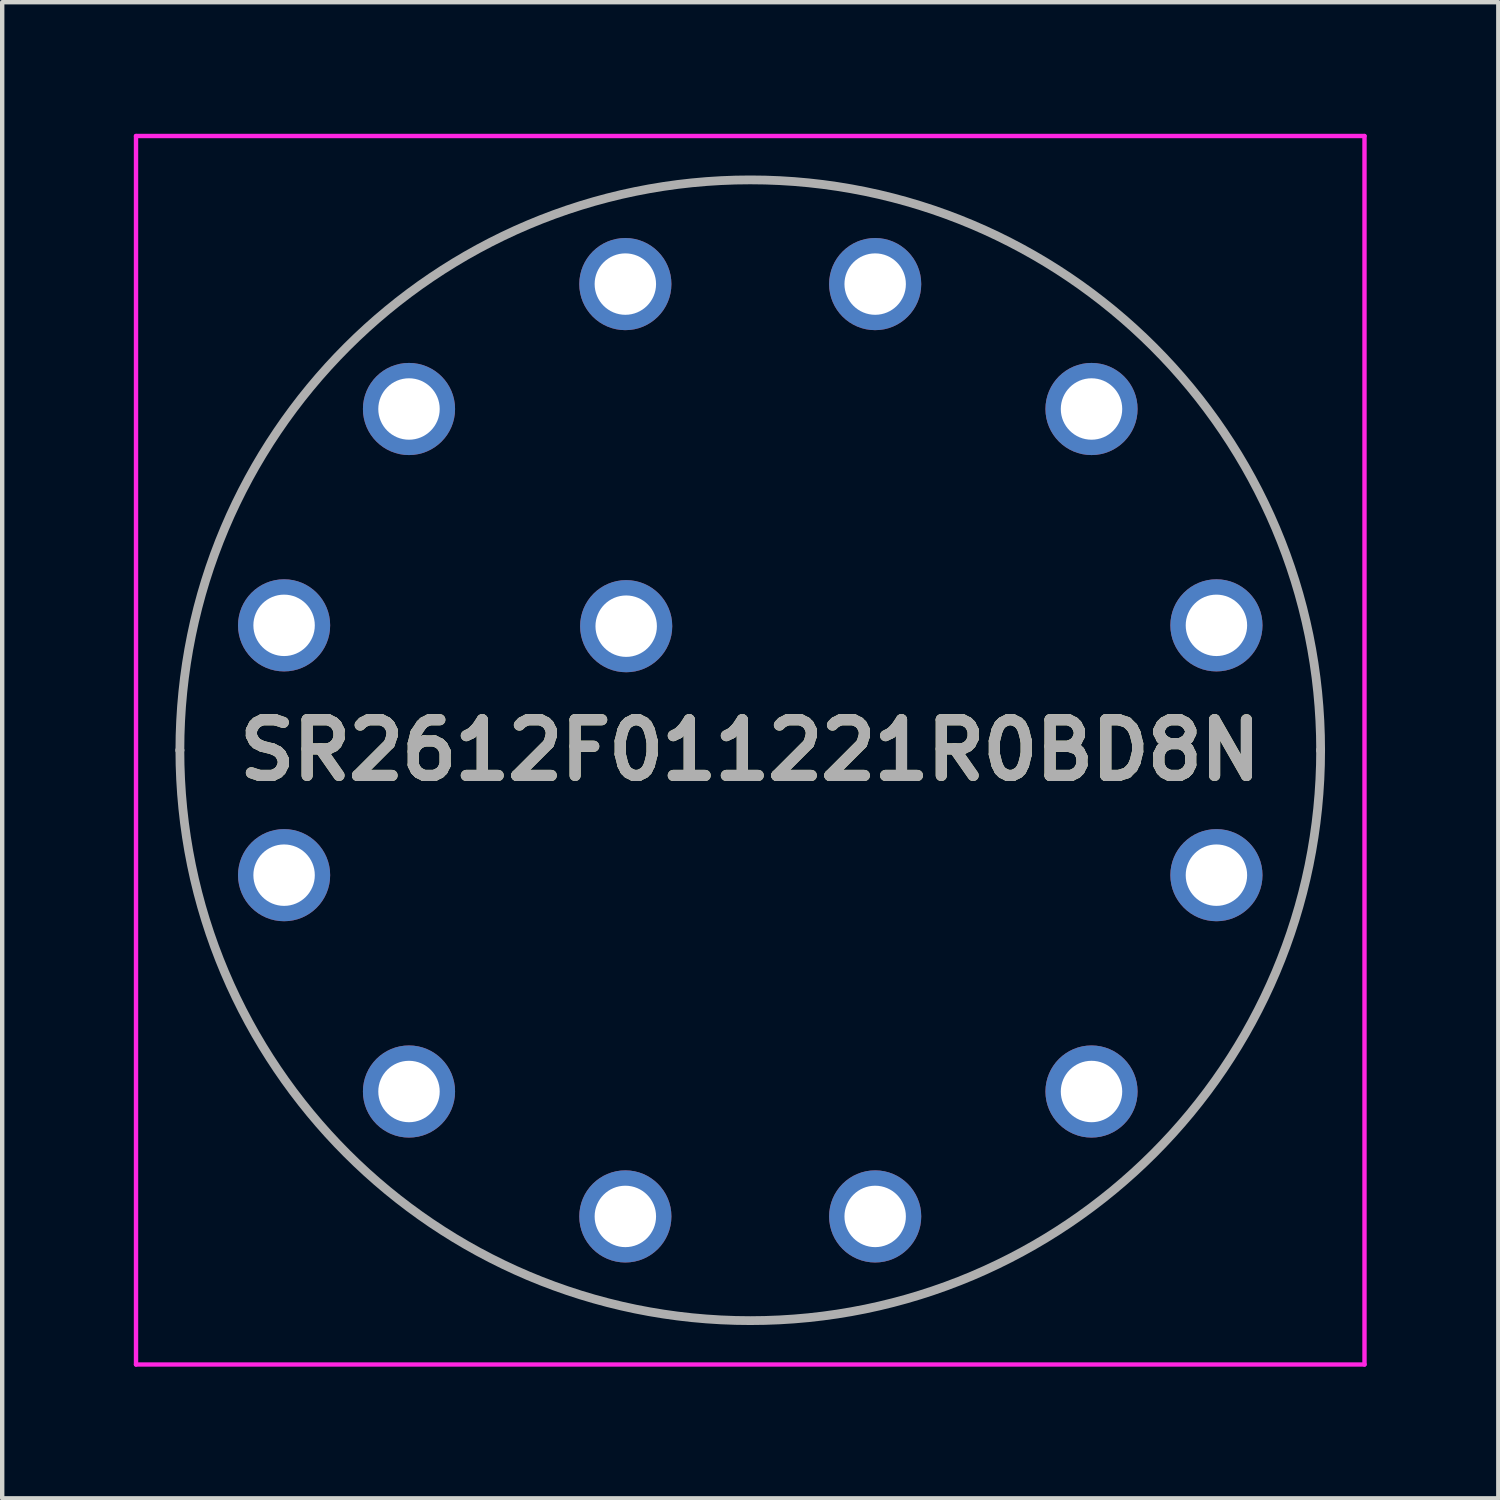
<source format=kicad_pcb>
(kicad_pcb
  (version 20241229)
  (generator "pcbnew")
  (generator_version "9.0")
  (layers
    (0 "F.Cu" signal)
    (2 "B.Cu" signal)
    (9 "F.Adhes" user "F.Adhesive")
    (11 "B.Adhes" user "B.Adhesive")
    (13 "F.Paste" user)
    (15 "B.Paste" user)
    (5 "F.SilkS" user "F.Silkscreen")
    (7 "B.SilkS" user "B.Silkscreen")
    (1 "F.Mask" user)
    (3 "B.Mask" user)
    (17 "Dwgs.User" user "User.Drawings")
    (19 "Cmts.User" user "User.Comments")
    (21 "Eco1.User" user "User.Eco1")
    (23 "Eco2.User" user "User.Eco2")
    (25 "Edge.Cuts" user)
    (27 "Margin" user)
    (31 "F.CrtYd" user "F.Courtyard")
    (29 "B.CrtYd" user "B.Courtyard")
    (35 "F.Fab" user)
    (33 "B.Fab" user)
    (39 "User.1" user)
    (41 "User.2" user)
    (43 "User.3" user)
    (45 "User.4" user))
  (footprint "SR2612F011221R0BD8N"
    (layer "F.Cu")
    (at 3.425 11.203)
    (property "Reference" "SR2612F011221R0BD8N" (at 10.625 2.847 0) (layer "F.SilkS") (effects (font (size 1.27 1.27) (thickness 0.254))))
    (attr through_hole)
    (fp_line (start -2.375 2.847) (end -2.375 2.847) (stroke (width 0.1) (type solid)) (layer "F.SilkS"))
    (fp_line (start 23.625 2.847) (end 23.625 2.847) (stroke (width 0.1) (type solid)) (layer "F.SilkS"))
    (fp_arc (start -2.375 2.847) (mid 10.625 -10.153) (end 23.625 2.847) (stroke (width 0.1) (type solid)) (layer "F.SilkS"))
    (fp_arc (start 23.625 2.847) (mid 10.625 15.847) (end -2.375 2.847) (stroke (width 0.1) (type solid)) (layer "F.SilkS"))
    (fp_line (start -3.375 -11.153) (end 24.625 -11.153) (stroke (width 0.1) (type solid)) (layer "F.CrtYd"))
    (fp_line (start -3.375 16.847) (end -3.375 -11.153) (stroke (width 0.1) (type solid)) (layer "F.CrtYd"))
    (fp_line (start 24.625 -11.153) (end 24.625 16.847) (stroke (width 0.1) (type solid)) (layer "F.CrtYd"))
    (fp_line (start 24.625 16.847) (end -3.375 16.847) (stroke (width 0.1) (type solid)) (layer "F.CrtYd"))
    (fp_line (start -2.375 2.847) (end -2.375 2.847) (stroke (width 0.2) (type solid)) (layer "F.Fab"))
    (fp_line (start 23.625 2.847) (end 23.625 2.847) (stroke (width 0.2) (type solid)) (layer "F.Fab"))
    (fp_arc (start -2.375 2.847) (mid 10.625 -10.153) (end 23.625 2.847) (stroke (width 0.2) (type solid)) (layer "F.Fab"))
    (fp_arc (start 23.625 2.847) (mid 10.625 15.847) (end -2.375 2.847) (stroke (width 0.2) (type solid)) (layer "F.Fab"))
    (fp_text user "${REFERENCE}" (at 10.625 2.847 0) (layer "F.Fab") (effects (font (size 1.27 1.27) (thickness 0.254))))
    (pad "1" thru_hole circle (at 0 0) (size 2.1 2.1) (drill 1.4) (layers "*.Cu" "*.Mask"))
    (pad "2" thru_hole circle (at 2.847 -4.931) (size 2.1 2.1) (drill 1.4) (layers "*.Cu" "*.Mask"))
    (pad "3" thru_hole circle (at 7.778 -7.778) (size 2.1 2.1) (drill 1.4) (layers "*.Cu" "*.Mask"))
    (pad "4" thru_hole circle (at 13.472 -7.778) (size 2.1 2.1) (drill 1.4) (layers "*.Cu" "*.Mask"))
    (pad "5" thru_hole circle (at 18.403 -4.931) (size 2.1 2.1) (drill 1.4) (layers "*.Cu" "*.Mask"))
    (pad "6" thru_hole circle (at 21.25 0) (size 2.1 2.1) (drill 1.4) (layers "*.Cu" "*.Mask"))
    (pad "7" thru_hole circle (at 21.25 5.694) (size 2.1 2.1) (drill 1.4) (layers "*.Cu" "*.Mask"))
    (pad "8" thru_hole circle (at 18.403 10.625) (size 2.1 2.1) (drill 1.4) (layers "*.Cu" "*.Mask"))
    (pad "9" thru_hole circle (at 13.472 13.472) (size 2.1 2.1) (drill 1.4) (layers "*.Cu" "*.Mask"))
    (pad "10" thru_hole circle (at 7.778 13.472) (size 2.1 2.1) (drill 1.4) (layers "*.Cu" "*.Mask"))
    (pad "11" thru_hole circle (at 2.847 10.625) (size 2.1 2.1) (drill 1.4) (layers "*.Cu" "*.Mask"))
    (pad "12" thru_hole circle (at 0 5.694) (size 2.1 2.1) (drill 1.4) (layers "*.Cu" "*.Mask"))
    (pad "13" thru_hole circle (at 7.797 0.019) (size 2.1 2.1) (drill 1.4) (layers "*.Cu" "*.Mask")))
  (gr_rect
    (start -3 -3)
    (end 31.1 31.1)
    (stroke (width 0.1) (type default))
    (fill no)
    (layer "Edge.Cuts")))
</source>
